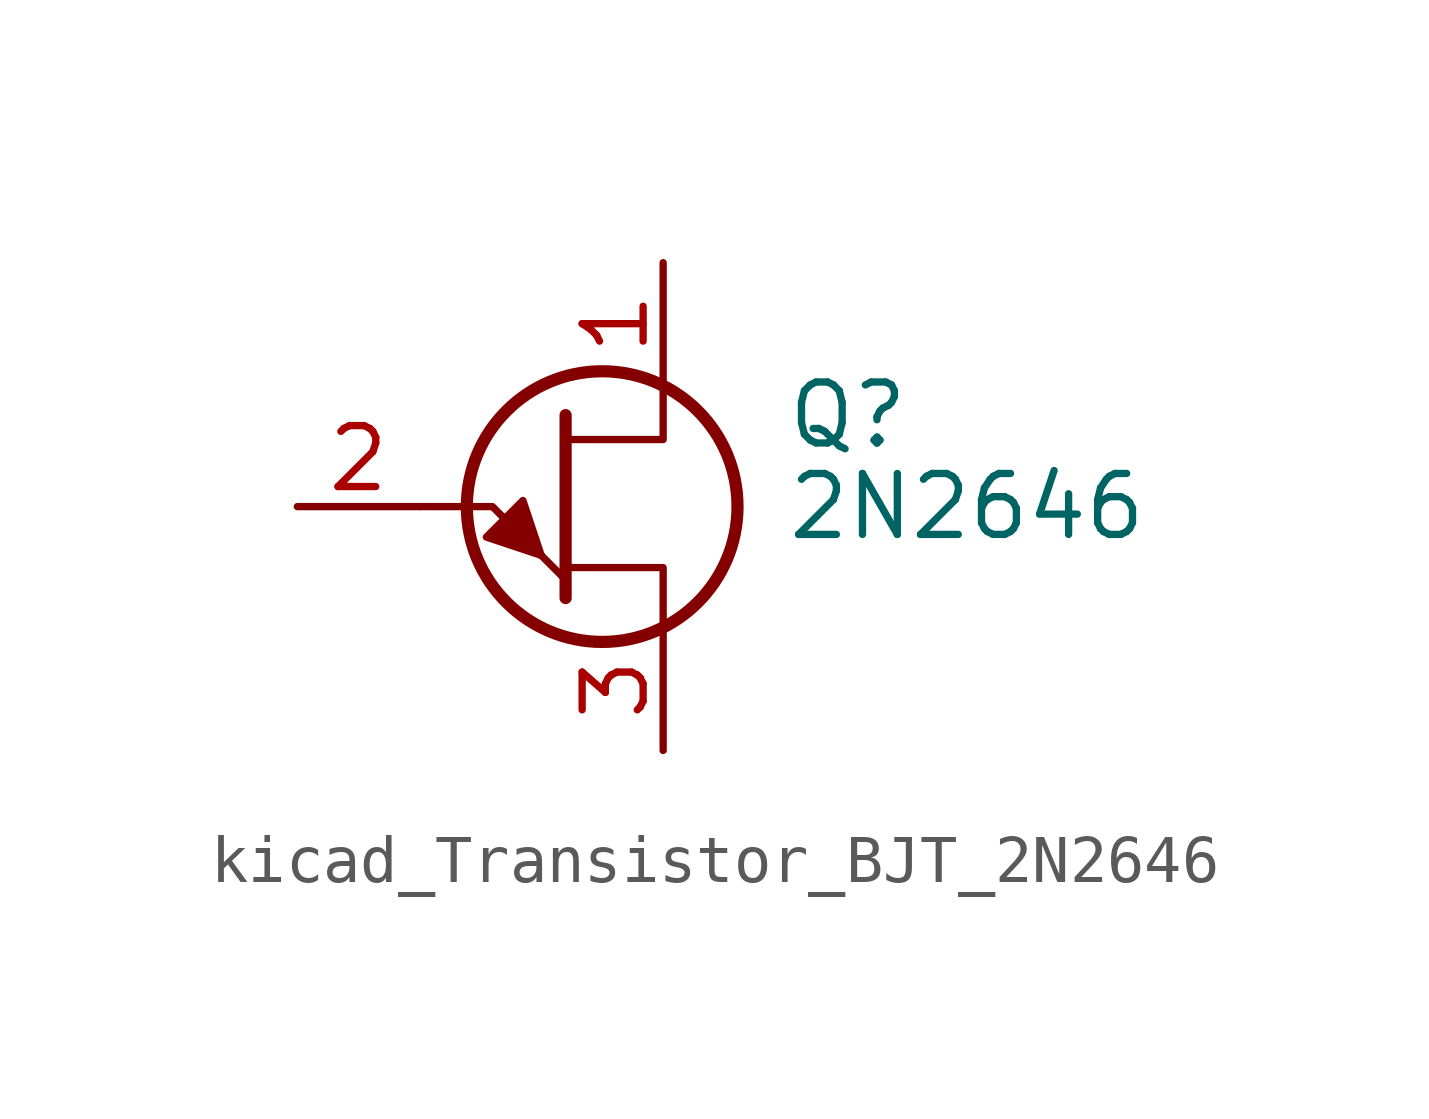
<source format=kicad_sym>
(kicad_symbol_lib
  (version 20220914)
  (generator kicad_symbol_editor)
  (symbol "kicad_Transistor_BJT_2N2646"
    (pin_names
      (offset 0) hide)
    (property "Reference" "Q"
      (at 5.08 1.905 0)
      (effects (font (size 1.27 1.27)) (justify left)))
    (property "Value" "2N2646"
      (at 5.08 0 0)
      (effects (font (size 1.27 1.27)) (justify left)))
    (symbol "kicad_Transistor_BJT_2N2646_0_1"
      (polyline (pts (xy -2.54 0) (xy -1.016 0) (xy 0.508 -1.524)) (stroke (width 0) (type default)) (fill (type none)))
      (polyline (pts (xy 0.508 1.905) (xy 0.508 -1.905) (xy 0.508 -1.905)) (stroke (width 0.254) (type default)) (fill (type none)))
      (polyline (pts (xy 2.54 -2.54) (xy 2.54 -1.27) (xy 0.508 -1.27)) (stroke (width 0) (type default)) (fill (type none)))
      (polyline (pts (xy 2.54 2.54) (xy 2.54 1.397) (xy 0.508 1.397)) (stroke (width 0) (type default)) (fill (type none)))
      (polyline (pts (xy 0 -1.016) (xy -0.381 0.127) (xy -1.143 -0.635) (xy 0 -1.016)) (stroke (width 0) (type default)) (fill (type outline)))
      (circle (center 1.27 0) (radius 2.819) (stroke (width 0.254) (type default)) (fill (type none))))
    (symbol "kicad_Transistor_BJT_2N2646_1_1"
      (pin passive line (at 2.54 5.08 270) (length 2.54) (name "B2" (effects (font (size 1.27 1.27)))) (number "1" (effects (font (size 1.27 1.27)))))
      (pin input line (at -5.08 0 0) (length 2.54) (name "E" (effects (font (size 1.27 1.27)))) (number "2" (effects (font (size 1.27 1.27)))))
      (pin passive line (at 2.54 -5.08 90) (length 2.54) (name "B1" (effects (font (size 1.27 1.27)))) (number "3" (effects (font (size 1.27 1.27))))))))
</source>
